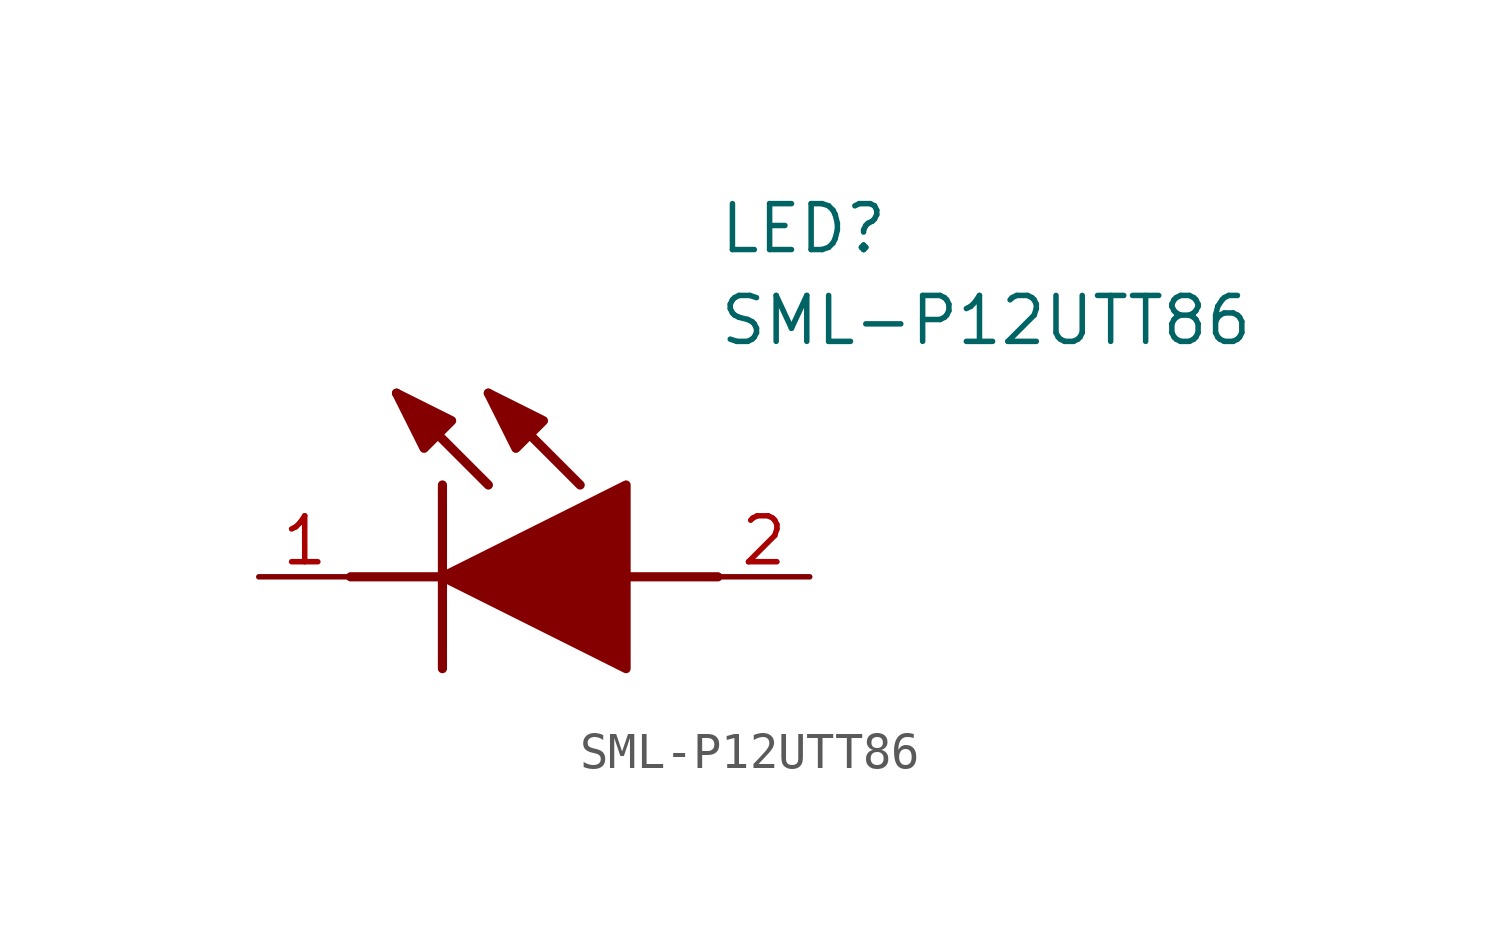
<source format=kicad_sym>
(kicad_symbol_lib
  (version 20211014)
  (generator SamacSys_ECAD_Model)
  (symbol "SML-P12UTT86"
    (pin_names hide)
    (property "Reference" "LED"
      (at 12.7 8.89 0)
      (effects (font (size 1.27 1.27)) (justify left bottom)))
    (property "Value" "SML-P12UTT86"
      (at 12.7 6.35 0)
      (effects (font (size 1.27 1.27)) (justify left bottom)))
    (polyline
      (pts (xy 5.08 2.54) (xy 5.08 -2.54))
      (stroke (width 0.254) (type default))
      (fill (type none)))
    (polyline
      (pts (xy 6.35 2.54) (xy 3.81 5.08))
      (stroke (width 0.254) (type default))
      (fill (type none)))
    (polyline
      (pts (xy 8.89 2.54) (xy 6.35 5.08))
      (stroke (width 0.254) (type default))
      (fill (type none)))
    (polyline
      (pts (xy 2.54 0) (xy 5.08 0))
      (stroke (width 0.254) (type default))
      (fill (type none)))
    (polyline
      (pts (xy 10.16 0) (xy 12.7 0))
      (stroke (width 0.254) (type default))
      (fill (type none)))
    (polyline
      (pts (xy 5.08 0) (xy 10.16 2.54) (xy 10.16 -2.54) (xy 5.08 0))
      (stroke (width 0.254) (type default))
      (fill (type outline)))
    (polyline
      (pts (xy 5.334 4.318) (xy 4.572 3.556) (xy 3.81 5.08) (xy 5.334 4.318))
      (stroke (width 0.254) (type default))
      (fill (type outline)))
    (polyline
      (pts (xy 7.874 4.318) (xy 7.112 3.556) (xy 6.35 5.08) (xy 7.874 4.318))
      (stroke (width 0.254) (type default))
      (fill (type outline)))
    (pin passive line
      (at 0 0 0)
      (length 2.54)
      (name "K" (effects (font (size 1.27 1.27))))
      (number "1" (effects (font (size 1.27 1.27)))))
    (pin passive line
      (at 15.24 0 180)
      (length 2.54)
      (name "A" (effects (font (size 1.27 1.27))))
      (number "2" (effects (font (size 1.27 1.27)))))))
</source>
